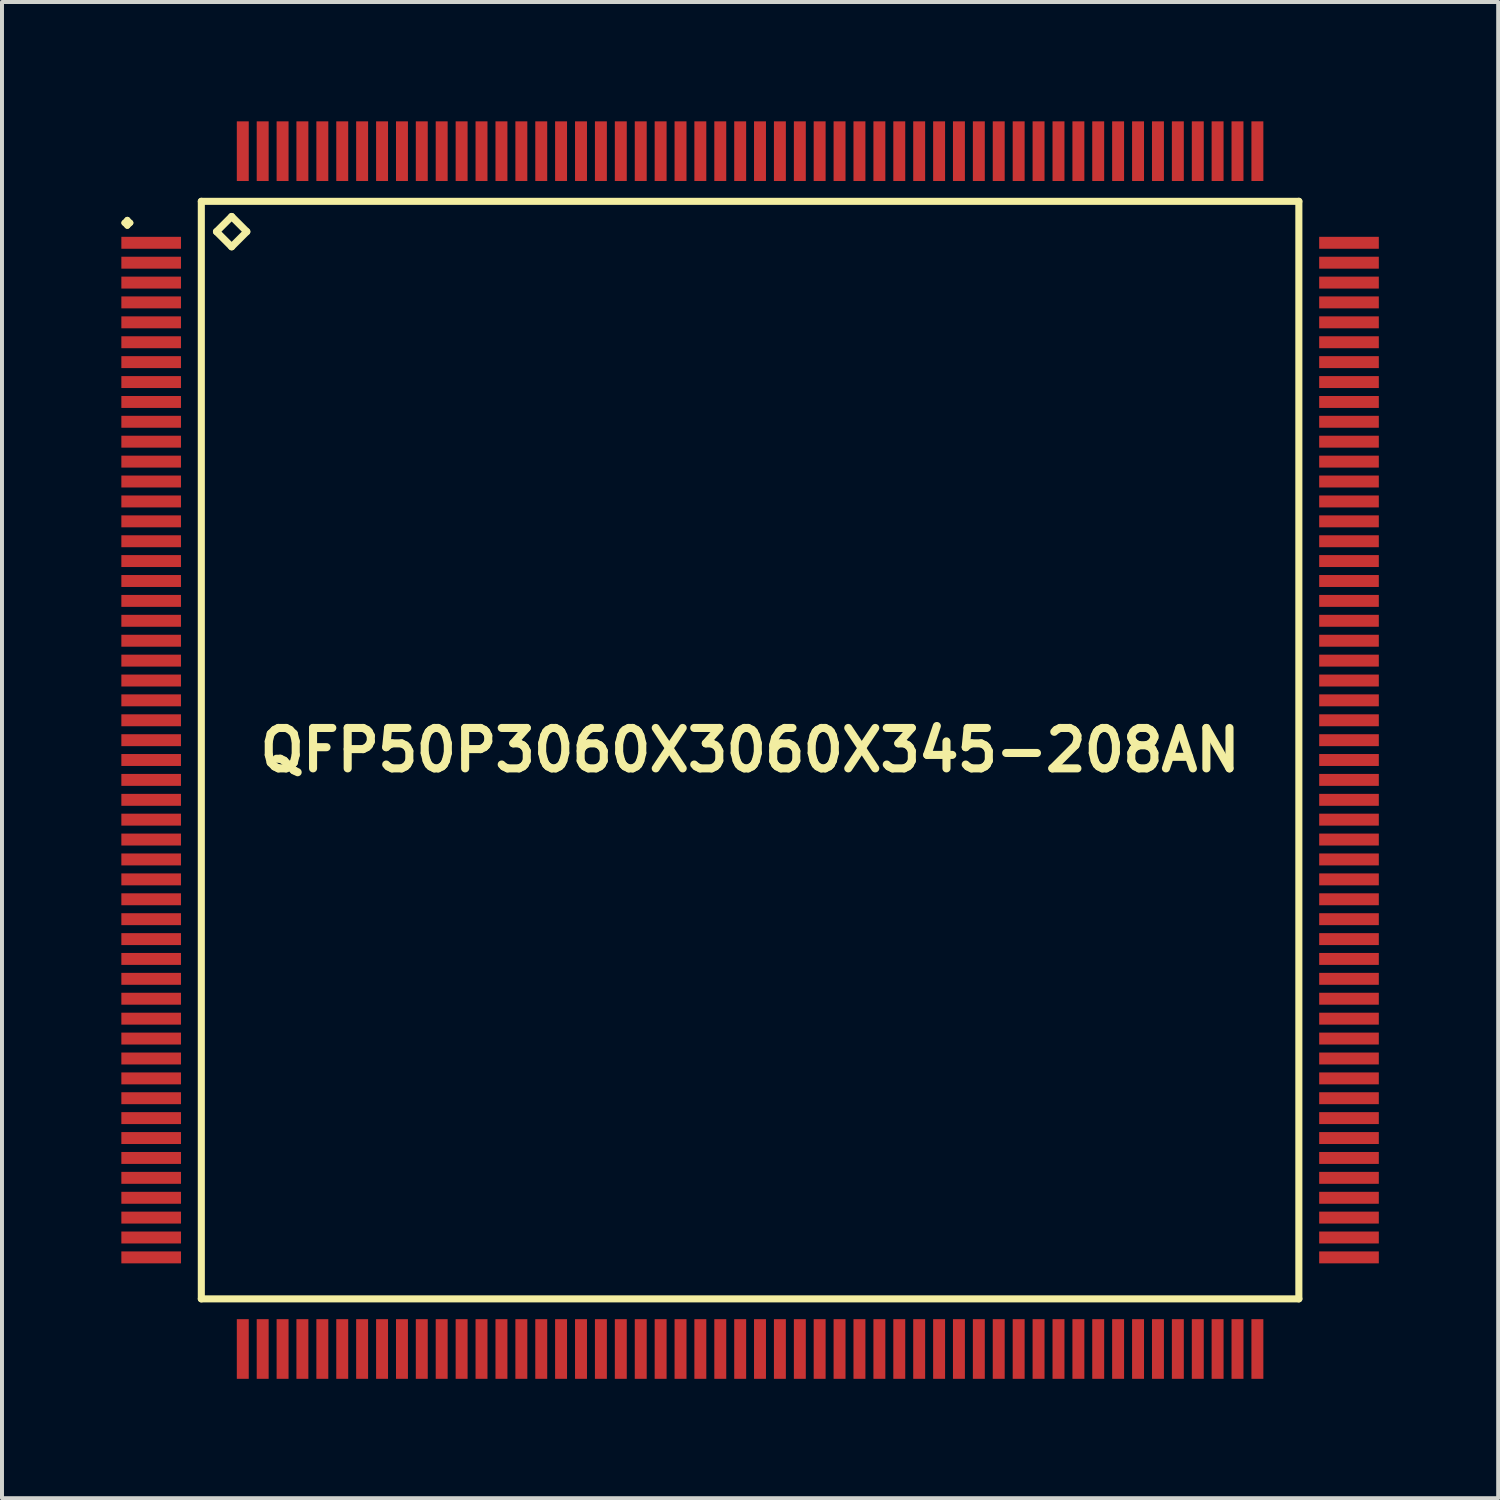
<source format=kicad_pcb>
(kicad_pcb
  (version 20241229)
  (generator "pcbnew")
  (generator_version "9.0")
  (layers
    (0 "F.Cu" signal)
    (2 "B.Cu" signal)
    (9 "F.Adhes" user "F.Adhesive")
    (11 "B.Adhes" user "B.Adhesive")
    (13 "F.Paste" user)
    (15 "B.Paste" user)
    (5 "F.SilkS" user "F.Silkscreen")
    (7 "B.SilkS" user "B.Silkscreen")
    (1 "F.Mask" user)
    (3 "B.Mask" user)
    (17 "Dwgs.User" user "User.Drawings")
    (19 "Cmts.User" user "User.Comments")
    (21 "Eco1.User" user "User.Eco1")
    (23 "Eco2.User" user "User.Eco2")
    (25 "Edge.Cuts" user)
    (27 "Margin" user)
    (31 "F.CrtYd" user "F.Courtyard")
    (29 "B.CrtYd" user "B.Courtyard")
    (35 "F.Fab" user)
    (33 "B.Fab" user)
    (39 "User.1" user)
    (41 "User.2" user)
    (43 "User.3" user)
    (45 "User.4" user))
  (footprint "QFP50P3060X3060X345-208AN"
    (layer "F.Cu")
    (at 15.799 15.799)
    (property "Reference" "QFP50P3060X3060X345-208AN" (at 0 0 0) (layer "F.SilkS") (effects (font (size 1.016 1.016) (thickness 0.203))))
    (attr smd)
    (fp_line (start -15.723 -13.249) (end -15.649 -13.325) (stroke (width 0.15) (type solid)) (layer "F.SilkS"))
    (fp_line (start -15.649 -13.325) (end -15.573 -13.249) (stroke (width 0.15) (type solid)) (layer "F.SilkS"))
    (fp_line (start -15.649 -13.175) (end -15.723 -13.249) (stroke (width 0.15) (type solid)) (layer "F.SilkS"))
    (fp_line (start -15.573 -13.249) (end -15.649 -13.175) (stroke (width 0.15) (type solid)) (layer "F.SilkS"))
    (fp_line (start -13.79 -13.79) (end -13.79 13.79) (stroke (width 0.178) (type solid)) (layer "F.SilkS"))
    (fp_line (start -13.79 13.79) (end 13.79 13.79) (stroke (width 0.178) (type solid)) (layer "F.SilkS"))
    (fp_line (start -13.409 -13.028) (end -13.028 -13.409) (stroke (width 0.178) (type solid)) (layer "F.SilkS"))
    (fp_line (start -13.028 -13.409) (end -12.647 -13.028) (stroke (width 0.178) (type solid)) (layer "F.SilkS"))
    (fp_line (start -13.028 -12.647) (end -13.409 -13.028) (stroke (width 0.178) (type solid)) (layer "F.SilkS"))
    (fp_line (start -12.647 -13.028) (end -13.028 -12.647) (stroke (width 0.178) (type solid)) (layer "F.SilkS"))
    (fp_line (start 13.79 -13.79) (end -13.79 -13.79) (stroke (width 0.178) (type solid)) (layer "F.SilkS"))
    (fp_line (start 13.79 13.79) (end 13.79 -13.79) (stroke (width 0.178) (type solid)) (layer "F.SilkS"))
    (pad "1" smd rect (at -15.05 -12.748) (size 1.499 0.3) (layers "F.Cu" "F.Mask" "F.Paste"))
    (pad "2" smd rect (at -15.05 -12.248) (size 1.499 0.3) (layers "F.Cu" "F.Mask" "F.Paste"))
    (pad "3" smd rect (at -15.05 -11.748) (size 1.499 0.3) (layers "F.Cu" "F.Mask" "F.Paste"))
    (pad "4" smd rect (at -15.05 -11.25) (size 1.499 0.3) (layers "F.Cu" "F.Mask" "F.Paste"))
    (pad "5" smd rect (at -15.05 -10.749) (size 1.499 0.3) (layers "F.Cu" "F.Mask" "F.Paste"))
    (pad "6" smd rect (at -15.05 -10.249) (size 1.499 0.3) (layers "F.Cu" "F.Mask" "F.Paste"))
    (pad "7" smd rect (at -15.05 -9.749) (size 1.499 0.3) (layers "F.Cu" "F.Mask" "F.Paste"))
    (pad "8" smd rect (at -15.05 -9.248) (size 1.499 0.3) (layers "F.Cu" "F.Mask" "F.Paste"))
    (pad "9" smd rect (at -15.05 -8.748) (size 1.499 0.3) (layers "F.Cu" "F.Mask" "F.Paste"))
    (pad "10" smd rect (at -15.05 -8.25) (size 1.499 0.3) (layers "F.Cu" "F.Mask" "F.Paste"))
    (pad "11" smd rect (at -15.05 -7.75) (size 1.499 0.3) (layers "F.Cu" "F.Mask" "F.Paste"))
    (pad "12" smd rect (at -15.05 -7.249) (size 1.499 0.3) (layers "F.Cu" "F.Mask" "F.Paste"))
    (pad "13" smd rect (at -15.05 -6.749) (size 1.499 0.3) (layers "F.Cu" "F.Mask" "F.Paste"))
    (pad "14" smd rect (at -15.05 -6.248) (size 1.499 0.3) (layers "F.Cu" "F.Mask" "F.Paste"))
    (pad "15" smd rect (at -15.05 -5.748) (size 1.499 0.3) (layers "F.Cu" "F.Mask" "F.Paste"))
    (pad "16" smd rect (at -15.05 -5.248) (size 1.499 0.3) (layers "F.Cu" "F.Mask" "F.Paste"))
    (pad "17" smd rect (at -15.05 -4.75) (size 1.499 0.3) (layers "F.Cu" "F.Mask" "F.Paste"))
    (pad "18" smd rect (at -15.05 -4.249) (size 1.499 0.3) (layers "F.Cu" "F.Mask" "F.Paste"))
    (pad "19" smd rect (at -15.05 -3.749) (size 1.499 0.3) (layers "F.Cu" "F.Mask" "F.Paste"))
    (pad "20" smd rect (at -15.05 -3.249) (size 1.499 0.3) (layers "F.Cu" "F.Mask" "F.Paste"))
    (pad "21" smd rect (at -15.05 -2.748) (size 1.499 0.3) (layers "F.Cu" "F.Mask" "F.Paste"))
    (pad "22" smd rect (at -15.05 -2.248) (size 1.499 0.3) (layers "F.Cu" "F.Mask" "F.Paste"))
    (pad "23" smd rect (at -15.05 -1.748) (size 1.499 0.3) (layers "F.Cu" "F.Mask" "F.Paste"))
    (pad "24" smd rect (at -15.05 -1.25) (size 1.499 0.3) (layers "F.Cu" "F.Mask" "F.Paste"))
    (pad "25" smd rect (at -15.05 -0.749) (size 1.499 0.3) (layers "F.Cu" "F.Mask" "F.Paste"))
    (pad "26" smd rect (at -15.05 -0.249) (size 1.499 0.3) (layers "F.Cu" "F.Mask" "F.Paste"))
    (pad "27" smd rect (at -15.05 0.249) (size 1.499 0.3) (layers "F.Cu" "F.Mask" "F.Paste"))
    (pad "28" smd rect (at -15.05 0.749) (size 1.499 0.3) (layers "F.Cu" "F.Mask" "F.Paste"))
    (pad "29" smd rect (at -15.05 1.25) (size 1.499 0.3) (layers "F.Cu" "F.Mask" "F.Paste"))
    (pad "30" smd rect (at -15.05 1.748) (size 1.499 0.3) (layers "F.Cu" "F.Mask" "F.Paste"))
    (pad "31" smd rect (at -15.05 2.248) (size 1.499 0.3) (layers "F.Cu" "F.Mask" "F.Paste"))
    (pad "32" smd rect (at -15.05 2.748) (size 1.499 0.3) (layers "F.Cu" "F.Mask" "F.Paste"))
    (pad "33" smd rect (at -15.05 3.249) (size 1.499 0.3) (layers "F.Cu" "F.Mask" "F.Paste"))
    (pad "34" smd rect (at -15.05 3.749) (size 1.499 0.3) (layers "F.Cu" "F.Mask" "F.Paste"))
    (pad "35" smd rect (at -15.05 4.249) (size 1.499 0.3) (layers "F.Cu" "F.Mask" "F.Paste"))
    (pad "36" smd rect (at -15.05 4.75) (size 1.499 0.3) (layers "F.Cu" "F.Mask" "F.Paste"))
    (pad "37" smd rect (at -15.05 5.248) (size 1.499 0.3) (layers "F.Cu" "F.Mask" "F.Paste"))
    (pad "38" smd rect (at -15.05 5.748) (size 1.499 0.3) (layers "F.Cu" "F.Mask" "F.Paste"))
    (pad "39" smd rect (at -15.05 6.248) (size 1.499 0.3) (layers "F.Cu" "F.Mask" "F.Paste"))
    (pad "40" smd rect (at -15.05 6.749) (size 1.499 0.3) (layers "F.Cu" "F.Mask" "F.Paste"))
    (pad "41" smd rect (at -15.05 7.249) (size 1.499 0.3) (layers "F.Cu" "F.Mask" "F.Paste"))
    (pad "42" smd rect (at -15.05 7.75) (size 1.499 0.3) (layers "F.Cu" "F.Mask" "F.Paste"))
    (pad "43" smd rect (at -15.05 8.25) (size 1.499 0.3) (layers "F.Cu" "F.Mask" "F.Paste"))
    (pad "44" smd rect (at -15.05 8.748) (size 1.499 0.3) (layers "F.Cu" "F.Mask" "F.Paste"))
    (pad "45" smd rect (at -15.05 9.248) (size 1.499 0.3) (layers "F.Cu" "F.Mask" "F.Paste"))
    (pad "46" smd rect (at -15.05 9.749) (size 1.499 0.3) (layers "F.Cu" "F.Mask" "F.Paste"))
    (pad "47" smd rect (at -15.05 10.249) (size 1.499 0.3) (layers "F.Cu" "F.Mask" "F.Paste"))
    (pad "48" smd rect (at -15.05 10.749) (size 1.499 0.3) (layers "F.Cu" "F.Mask" "F.Paste"))
    (pad "49" smd rect (at -15.05 11.25) (size 1.499 0.3) (layers "F.Cu" "F.Mask" "F.Paste"))
    (pad "50" smd rect (at -15.05 11.748) (size 1.499 0.3) (layers "F.Cu" "F.Mask" "F.Paste"))
    (pad "51" smd rect (at -15.05 12.248) (size 1.499 0.3) (layers "F.Cu" "F.Mask" "F.Paste"))
    (pad "52" smd rect (at -15.05 12.748) (size 1.499 0.3) (layers "F.Cu" "F.Mask" "F.Paste"))
    (pad "53" smd rect (at -12.748 15.05) (size 0.3 1.499) (layers "F.Cu" "F.Mask" "F.Paste"))
    (pad "54" smd rect (at -12.248 15.05) (size 0.3 1.499) (layers "F.Cu" "F.Mask" "F.Paste"))
    (pad "55" smd rect (at -11.748 15.05) (size 0.3 1.499) (layers "F.Cu" "F.Mask" "F.Paste"))
    (pad "56" smd rect (at -11.25 15.05) (size 0.3 1.499) (layers "F.Cu" "F.Mask" "F.Paste"))
    (pad "57" smd rect (at -10.749 15.05) (size 0.3 1.499) (layers "F.Cu" "F.Mask" "F.Paste"))
    (pad "58" smd rect (at -10.249 15.05) (size 0.3 1.499) (layers "F.Cu" "F.Mask" "F.Paste"))
    (pad "59" smd rect (at -9.749 15.05) (size 0.3 1.499) (layers "F.Cu" "F.Mask" "F.Paste"))
    (pad "60" smd rect (at -9.248 15.05) (size 0.3 1.499) (layers "F.Cu" "F.Mask" "F.Paste"))
    (pad "61" smd rect (at -8.748 15.05) (size 0.3 1.499) (layers "F.Cu" "F.Mask" "F.Paste"))
    (pad "62" smd rect (at -8.25 15.05) (size 0.3 1.499) (layers "F.Cu" "F.Mask" "F.Paste"))
    (pad "63" smd rect (at -7.75 15.05) (size 0.3 1.499) (layers "F.Cu" "F.Mask" "F.Paste"))
    (pad "64" smd rect (at -7.249 15.05) (size 0.3 1.499) (layers "F.Cu" "F.Mask" "F.Paste"))
    (pad "65" smd rect (at -6.749 15.05) (size 0.3 1.499) (layers "F.Cu" "F.Mask" "F.Paste"))
    (pad "66" smd rect (at -6.248 15.05) (size 0.3 1.499) (layers "F.Cu" "F.Mask" "F.Paste"))
    (pad "67" smd rect (at -5.748 15.05) (size 0.3 1.499) (layers "F.Cu" "F.Mask" "F.Paste"))
    (pad "68" smd rect (at -5.248 15.05) (size 0.3 1.499) (layers "F.Cu" "F.Mask" "F.Paste"))
    (pad "69" smd rect (at -4.75 15.05) (size 0.3 1.499) (layers "F.Cu" "F.Mask" "F.Paste"))
    (pad "70" smd rect (at -4.249 15.05) (size 0.3 1.499) (layers "F.Cu" "F.Mask" "F.Paste"))
    (pad "71" smd rect (at -3.749 15.05) (size 0.3 1.499) (layers "F.Cu" "F.Mask" "F.Paste"))
    (pad "72" smd rect (at -3.249 15.05) (size 0.3 1.499) (layers "F.Cu" "F.Mask" "F.Paste"))
    (pad "73" smd rect (at -2.748 15.05) (size 0.3 1.499) (layers "F.Cu" "F.Mask" "F.Paste"))
    (pad "74" smd rect (at -2.248 15.05) (size 0.3 1.499) (layers "F.Cu" "F.Mask" "F.Paste"))
    (pad "75" smd rect (at -1.748 15.05) (size 0.3 1.499) (layers "F.Cu" "F.Mask" "F.Paste"))
    (pad "76" smd rect (at -1.25 15.05) (size 0.3 1.499) (layers "F.Cu" "F.Mask" "F.Paste"))
    (pad "77" smd rect (at -0.749 15.05) (size 0.3 1.499) (layers "F.Cu" "F.Mask" "F.Paste"))
    (pad "78" smd rect (at -0.249 15.05) (size 0.3 1.499) (layers "F.Cu" "F.Mask" "F.Paste"))
    (pad "79" smd rect (at 0.249 15.05) (size 0.3 1.499) (layers "F.Cu" "F.Mask" "F.Paste"))
    (pad "80" smd rect (at 0.749 15.05) (size 0.3 1.499) (layers "F.Cu" "F.Mask" "F.Paste"))
    (pad "81" smd rect (at 1.25 15.05) (size 0.3 1.499) (layers "F.Cu" "F.Mask" "F.Paste"))
    (pad "82" smd rect (at 1.748 15.05) (size 0.3 1.499) (layers "F.Cu" "F.Mask" "F.Paste"))
    (pad "83" smd rect (at 2.248 15.05) (size 0.3 1.499) (layers "F.Cu" "F.Mask" "F.Paste"))
    (pad "84" smd rect (at 2.748 15.05) (size 0.3 1.499) (layers "F.Cu" "F.Mask" "F.Paste"))
    (pad "85" smd rect (at 3.249 15.05) (size 0.3 1.499) (layers "F.Cu" "F.Mask" "F.Paste"))
    (pad "86" smd rect (at 3.749 15.05) (size 0.3 1.499) (layers "F.Cu" "F.Mask" "F.Paste"))
    (pad "87" smd rect (at 4.249 15.05) (size 0.3 1.499) (layers "F.Cu" "F.Mask" "F.Paste"))
    (pad "88" smd rect (at 4.75 15.05) (size 0.3 1.499) (layers "F.Cu" "F.Mask" "F.Paste"))
    (pad "89" smd rect (at 5.248 15.05) (size 0.3 1.499) (layers "F.Cu" "F.Mask" "F.Paste"))
    (pad "90" smd rect (at 5.748 15.05) (size 0.3 1.499) (layers "F.Cu" "F.Mask" "F.Paste"))
    (pad "91" smd rect (at 6.248 15.05) (size 0.3 1.499) (layers "F.Cu" "F.Mask" "F.Paste"))
    (pad "92" smd rect (at 6.749 15.05) (size 0.3 1.499) (layers "F.Cu" "F.Mask" "F.Paste"))
    (pad "93" smd rect (at 7.249 15.05) (size 0.3 1.499) (layers "F.Cu" "F.Mask" "F.Paste"))
    (pad "94" smd rect (at 7.75 15.05) (size 0.3 1.499) (layers "F.Cu" "F.Mask" "F.Paste"))
    (pad "95" smd rect (at 8.25 15.05) (size 0.3 1.499) (layers "F.Cu" "F.Mask" "F.Paste"))
    (pad "96" smd rect (at 8.748 15.05) (size 0.3 1.499) (layers "F.Cu" "F.Mask" "F.Paste"))
    (pad "97" smd rect (at 9.248 15.05) (size 0.3 1.499) (layers "F.Cu" "F.Mask" "F.Paste"))
    (pad "98" smd rect (at 9.749 15.05) (size 0.3 1.499) (layers "F.Cu" "F.Mask" "F.Paste"))
    (pad "99" smd rect (at 10.249 15.05) (size 0.3 1.499) (layers "F.Cu" "F.Mask" "F.Paste"))
    (pad "100" smd rect (at 10.749 15.05) (size 0.3 1.499) (layers "F.Cu" "F.Mask" "F.Paste"))
    (pad "101" smd rect (at 11.25 15.05) (size 0.3 1.499) (layers "F.Cu" "F.Mask" "F.Paste"))
    (pad "102" smd rect (at 11.748 15.05) (size 0.3 1.499) (layers "F.Cu" "F.Mask" "F.Paste"))
    (pad "103" smd rect (at 12.248 15.05) (size 0.3 1.499) (layers "F.Cu" "F.Mask" "F.Paste"))
    (pad "104" smd rect (at 12.748 15.05) (size 0.3 1.499) (layers "F.Cu" "F.Mask" "F.Paste"))
    (pad "105" smd rect (at 15.05 12.748) (size 1.499 0.3) (layers "F.Cu" "F.Mask" "F.Paste"))
    (pad "106" smd rect (at 15.05 12.248) (size 1.499 0.3) (layers "F.Cu" "F.Mask" "F.Paste"))
    (pad "107" smd rect (at 15.05 11.748) (size 1.499 0.3) (layers "F.Cu" "F.Mask" "F.Paste"))
    (pad "108" smd rect (at 15.05 11.25) (size 1.499 0.3) (layers "F.Cu" "F.Mask" "F.Paste"))
    (pad "109" smd rect (at 15.05 10.749) (size 1.499 0.3) (layers "F.Cu" "F.Mask" "F.Paste"))
    (pad "110" smd rect (at 15.05 10.249) (size 1.499 0.3) (layers "F.Cu" "F.Mask" "F.Paste"))
    (pad "111" smd rect (at 15.05 9.749) (size 1.499 0.3) (layers "F.Cu" "F.Mask" "F.Paste"))
    (pad "112" smd rect (at 15.05 9.248) (size 1.499 0.3) (layers "F.Cu" "F.Mask" "F.Paste"))
    (pad "113" smd rect (at 15.05 8.748) (size 1.499 0.3) (layers "F.Cu" "F.Mask" "F.Paste"))
    (pad "114" smd rect (at 15.05 8.25) (size 1.499 0.3) (layers "F.Cu" "F.Mask" "F.Paste"))
    (pad "115" smd rect (at 15.05 7.75) (size 1.499 0.3) (layers "F.Cu" "F.Mask" "F.Paste"))
    (pad "116" smd rect (at 15.05 7.249) (size 1.499 0.3) (layers "F.Cu" "F.Mask" "F.Paste"))
    (pad "117" smd rect (at 15.05 6.749) (size 1.499 0.3) (layers "F.Cu" "F.Mask" "F.Paste"))
    (pad "118" smd rect (at 15.05 6.248) (size 1.499 0.3) (layers "F.Cu" "F.Mask" "F.Paste"))
    (pad "119" smd rect (at 15.05 5.748) (size 1.499 0.3) (layers "F.Cu" "F.Mask" "F.Paste"))
    (pad "120" smd rect (at 15.05 5.248) (size 1.499 0.3) (layers "F.Cu" "F.Mask" "F.Paste"))
    (pad "121" smd rect (at 15.05 4.75) (size 1.499 0.3) (layers "F.Cu" "F.Mask" "F.Paste"))
    (pad "122" smd rect (at 15.05 4.249) (size 1.499 0.3) (layers "F.Cu" "F.Mask" "F.Paste"))
    (pad "123" smd rect (at 15.05 3.749) (size 1.499 0.3) (layers "F.Cu" "F.Mask" "F.Paste"))
    (pad "124" smd rect (at 15.05 3.249) (size 1.499 0.3) (layers "F.Cu" "F.Mask" "F.Paste"))
    (pad "125" smd rect (at 15.05 2.748) (size 1.499 0.3) (layers "F.Cu" "F.Mask" "F.Paste"))
    (pad "126" smd rect (at 15.05 2.248) (size 1.499 0.3) (layers "F.Cu" "F.Mask" "F.Paste"))
    (pad "127" smd rect (at 15.05 1.748) (size 1.499 0.3) (layers "F.Cu" "F.Mask" "F.Paste"))
    (pad "128" smd rect (at 15.05 1.25) (size 1.499 0.3) (layers "F.Cu" "F.Mask" "F.Paste"))
    (pad "129" smd rect (at 15.05 0.749) (size 1.499 0.3) (layers "F.Cu" "F.Mask" "F.Paste"))
    (pad "130" smd rect (at 15.05 0.249) (size 1.499 0.3) (layers "F.Cu" "F.Mask" "F.Paste"))
    (pad "131" smd rect (at 15.05 -0.249) (size 1.499 0.3) (layers "F.Cu" "F.Mask" "F.Paste"))
    (pad "132" smd rect (at 15.05 -0.749) (size 1.499 0.3) (layers "F.Cu" "F.Mask" "F.Paste"))
    (pad "133" smd rect (at 15.05 -1.25) (size 1.499 0.3) (layers "F.Cu" "F.Mask" "F.Paste"))
    (pad "134" smd rect (at 15.05 -1.748) (size 1.499 0.3) (layers "F.Cu" "F.Mask" "F.Paste"))
    (pad "135" smd rect (at 15.05 -2.248) (size 1.499 0.3) (layers "F.Cu" "F.Mask" "F.Paste"))
    (pad "136" smd rect (at 15.05 -2.748) (size 1.499 0.3) (layers "F.Cu" "F.Mask" "F.Paste"))
    (pad "137" smd rect (at 15.05 -3.249) (size 1.499 0.3) (layers "F.Cu" "F.Mask" "F.Paste"))
    (pad "138" smd rect (at 15.05 -3.749) (size 1.499 0.3) (layers "F.Cu" "F.Mask" "F.Paste"))
    (pad "139" smd rect (at 15.05 -4.249) (size 1.499 0.3) (layers "F.Cu" "F.Mask" "F.Paste"))
    (pad "140" smd rect (at 15.05 -4.75) (size 1.499 0.3) (layers "F.Cu" "F.Mask" "F.Paste"))
    (pad "141" smd rect (at 15.05 -5.248) (size 1.499 0.3) (layers "F.Cu" "F.Mask" "F.Paste"))
    (pad "142" smd rect (at 15.05 -5.748) (size 1.499 0.3) (layers "F.Cu" "F.Mask" "F.Paste"))
    (pad "143" smd rect (at 15.05 -6.248) (size 1.499 0.3) (layers "F.Cu" "F.Mask" "F.Paste"))
    (pad "144" smd rect (at 15.05 -6.749) (size 1.499 0.3) (layers "F.Cu" "F.Mask" "F.Paste"))
    (pad "145" smd rect (at 15.05 -7.249) (size 1.499 0.3) (layers "F.Cu" "F.Mask" "F.Paste"))
    (pad "146" smd rect (at 15.05 -7.75) (size 1.499 0.3) (layers "F.Cu" "F.Mask" "F.Paste"))
    (pad "147" smd rect (at 15.05 -8.25) (size 1.499 0.3) (layers "F.Cu" "F.Mask" "F.Paste"))
    (pad "148" smd rect (at 15.05 -8.748) (size 1.499 0.3) (layers "F.Cu" "F.Mask" "F.Paste"))
    (pad "149" smd rect (at 15.05 -9.248) (size 1.499 0.3) (layers "F.Cu" "F.Mask" "F.Paste"))
    (pad "150" smd rect (at 15.05 -9.749) (size 1.499 0.3) (layers "F.Cu" "F.Mask" "F.Paste"))
    (pad "151" smd rect (at 15.05 -10.249) (size 1.499 0.3) (layers "F.Cu" "F.Mask" "F.Paste"))
    (pad "152" smd rect (at 15.05 -10.749) (size 1.499 0.3) (layers "F.Cu" "F.Mask" "F.Paste"))
    (pad "153" smd rect (at 15.05 -11.25) (size 1.499 0.3) (layers "F.Cu" "F.Mask" "F.Paste"))
    (pad "154" smd rect (at 15.05 -11.748) (size 1.499 0.3) (layers "F.Cu" "F.Mask" "F.Paste"))
    (pad "155" smd rect (at 15.05 -12.248) (size 1.499 0.3) (layers "F.Cu" "F.Mask" "F.Paste"))
    (pad "156" smd rect (at 15.05 -12.748) (size 1.499 0.3) (layers "F.Cu" "F.Mask" "F.Paste"))
    (pad "157" smd rect (at 12.748 -15.05) (size 0.3 1.499) (layers "F.Cu" "F.Mask" "F.Paste"))
    (pad "158" smd rect (at 12.248 -15.05) (size 0.3 1.499) (layers "F.Cu" "F.Mask" "F.Paste"))
    (pad "159" smd rect (at 11.748 -15.05) (size 0.3 1.499) (layers "F.Cu" "F.Mask" "F.Paste"))
    (pad "160" smd rect (at 11.25 -15.05) (size 0.3 1.499) (layers "F.Cu" "F.Mask" "F.Paste"))
    (pad "161" smd rect (at 10.749 -15.05) (size 0.3 1.499) (layers "F.Cu" "F.Mask" "F.Paste"))
    (pad "162" smd rect (at 10.249 -15.05) (size 0.3 1.499) (layers "F.Cu" "F.Mask" "F.Paste"))
    (pad "163" smd rect (at 9.749 -15.05) (size 0.3 1.499) (layers "F.Cu" "F.Mask" "F.Paste"))
    (pad "164" smd rect (at 9.248 -15.05) (size 0.3 1.499) (layers "F.Cu" "F.Mask" "F.Paste"))
    (pad "165" smd rect (at 8.748 -15.05) (size 0.3 1.499) (layers "F.Cu" "F.Mask" "F.Paste"))
    (pad "166" smd rect (at 8.25 -15.05) (size 0.3 1.499) (layers "F.Cu" "F.Mask" "F.Paste"))
    (pad "167" smd rect (at 7.75 -15.05) (size 0.3 1.499) (layers "F.Cu" "F.Mask" "F.Paste"))
    (pad "168" smd rect (at 7.249 -15.05) (size 0.3 1.499) (layers "F.Cu" "F.Mask" "F.Paste"))
    (pad "169" smd rect (at 6.749 -15.05) (size 0.3 1.499) (layers "F.Cu" "F.Mask" "F.Paste"))
    (pad "170" smd rect (at 6.248 -15.05) (size 0.3 1.499) (layers "F.Cu" "F.Mask" "F.Paste"))
    (pad "171" smd rect (at 5.748 -15.05) (size 0.3 1.499) (layers "F.Cu" "F.Mask" "F.Paste"))
    (pad "172" smd rect (at 5.248 -15.05) (size 0.3 1.499) (layers "F.Cu" "F.Mask" "F.Paste"))
    (pad "173" smd rect (at 4.75 -15.05) (size 0.3 1.499) (layers "F.Cu" "F.Mask" "F.Paste"))
    (pad "174" smd rect (at 4.249 -15.05) (size 0.3 1.499) (layers "F.Cu" "F.Mask" "F.Paste"))
    (pad "175" smd rect (at 3.749 -15.05) (size 0.3 1.499) (layers "F.Cu" "F.Mask" "F.Paste"))
    (pad "176" smd rect (at 3.249 -15.05) (size 0.3 1.499) (layers "F.Cu" "F.Mask" "F.Paste"))
    (pad "177" smd rect (at 2.748 -15.05) (size 0.3 1.499) (layers "F.Cu" "F.Mask" "F.Paste"))
    (pad "178" smd rect (at 2.248 -15.05) (size 0.3 1.499) (layers "F.Cu" "F.Mask" "F.Paste"))
    (pad "179" smd rect (at 1.748 -15.05) (size 0.3 1.499) (layers "F.Cu" "F.Mask" "F.Paste"))
    (pad "180" smd rect (at 1.25 -15.05) (size 0.3 1.499) (layers "F.Cu" "F.Mask" "F.Paste"))
    (pad "181" smd rect (at 0.749 -15.05) (size 0.3 1.499) (layers "F.Cu" "F.Mask" "F.Paste"))
    (pad "182" smd rect (at 0.249 -15.05) (size 0.3 1.499) (layers "F.Cu" "F.Mask" "F.Paste"))
    (pad "183" smd rect (at -0.249 -15.05) (size 0.3 1.499) (layers "F.Cu" "F.Mask" "F.Paste"))
    (pad "184" smd rect (at -0.749 -15.05) (size 0.3 1.499) (layers "F.Cu" "F.Mask" "F.Paste"))
    (pad "185" smd rect (at -1.25 -15.05) (size 0.3 1.499) (layers "F.Cu" "F.Mask" "F.Paste"))
    (pad "186" smd rect (at -1.748 -15.05) (size 0.3 1.499) (layers "F.Cu" "F.Mask" "F.Paste"))
    (pad "187" smd rect (at -2.248 -15.05) (size 0.3 1.499) (layers "F.Cu" "F.Mask" "F.Paste"))
    (pad "188" smd rect (at -2.748 -15.05) (size 0.3 1.499) (layers "F.Cu" "F.Mask" "F.Paste"))
    (pad "189" smd rect (at -3.249 -15.05) (size 0.3 1.499) (layers "F.Cu" "F.Mask" "F.Paste"))
    (pad "190" smd rect (at -3.749 -15.05) (size 0.3 1.499) (layers "F.Cu" "F.Mask" "F.Paste"))
    (pad "191" smd rect (at -4.249 -15.05) (size 0.3 1.499) (layers "F.Cu" "F.Mask" "F.Paste"))
    (pad "192" smd rect (at -4.75 -15.05) (size 0.3 1.499) (layers "F.Cu" "F.Mask" "F.Paste"))
    (pad "193" smd rect (at -5.248 -15.05) (size 0.3 1.499) (layers "F.Cu" "F.Mask" "F.Paste"))
    (pad "194" smd rect (at -5.748 -15.05) (size 0.3 1.499) (layers "F.Cu" "F.Mask" "F.Paste"))
    (pad "195" smd rect (at -6.248 -15.05) (size 0.3 1.499) (layers "F.Cu" "F.Mask" "F.Paste"))
    (pad "196" smd rect (at -6.749 -15.05) (size 0.3 1.499) (layers "F.Cu" "F.Mask" "F.Paste"))
    (pad "197" smd rect (at -7.249 -15.05) (size 0.3 1.499) (layers "F.Cu" "F.Mask" "F.Paste"))
    (pad "198" smd rect (at -7.75 -15.05) (size 0.3 1.499) (layers "F.Cu" "F.Mask" "F.Paste"))
    (pad "199" smd rect (at -8.25 -15.05) (size 0.3 1.499) (layers "F.Cu" "F.Mask" "F.Paste"))
    (pad "200" smd rect (at -8.748 -15.05) (size 0.3 1.499) (layers "F.Cu" "F.Mask" "F.Paste"))
    (pad "201" smd rect (at -9.248 -15.05) (size 0.3 1.499) (layers "F.Cu" "F.Mask" "F.Paste"))
    (pad "202" smd rect (at -9.749 -15.05) (size 0.3 1.499) (layers "F.Cu" "F.Mask" "F.Paste"))
    (pad "203" smd rect (at -10.249 -15.05) (size 0.3 1.499) (layers "F.Cu" "F.Mask" "F.Paste"))
    (pad "204" smd rect (at -10.749 -15.05) (size 0.3 1.499) (layers "F.Cu" "F.Mask" "F.Paste"))
    (pad "205" smd rect (at -11.25 -15.05) (size 0.3 1.499) (layers "F.Cu" "F.Mask" "F.Paste"))
    (pad "206" smd rect (at -11.748 -15.05) (size 0.3 1.499) (layers "F.Cu" "F.Mask" "F.Paste"))
    (pad "207" smd rect (at -12.248 -15.05) (size 0.3 1.499) (layers "F.Cu" "F.Mask" "F.Paste"))
    (pad "208" smd rect (at -12.748 -15.05) (size 0.3 1.499) (layers "F.Cu" "F.Mask" "F.Paste")))
  (gr_rect
    (start -3 -3)
    (end 34.598 34.598)
    (stroke (width 0.1) (type default))
    (fill no)
    (layer "Edge.Cuts")))
</source>
